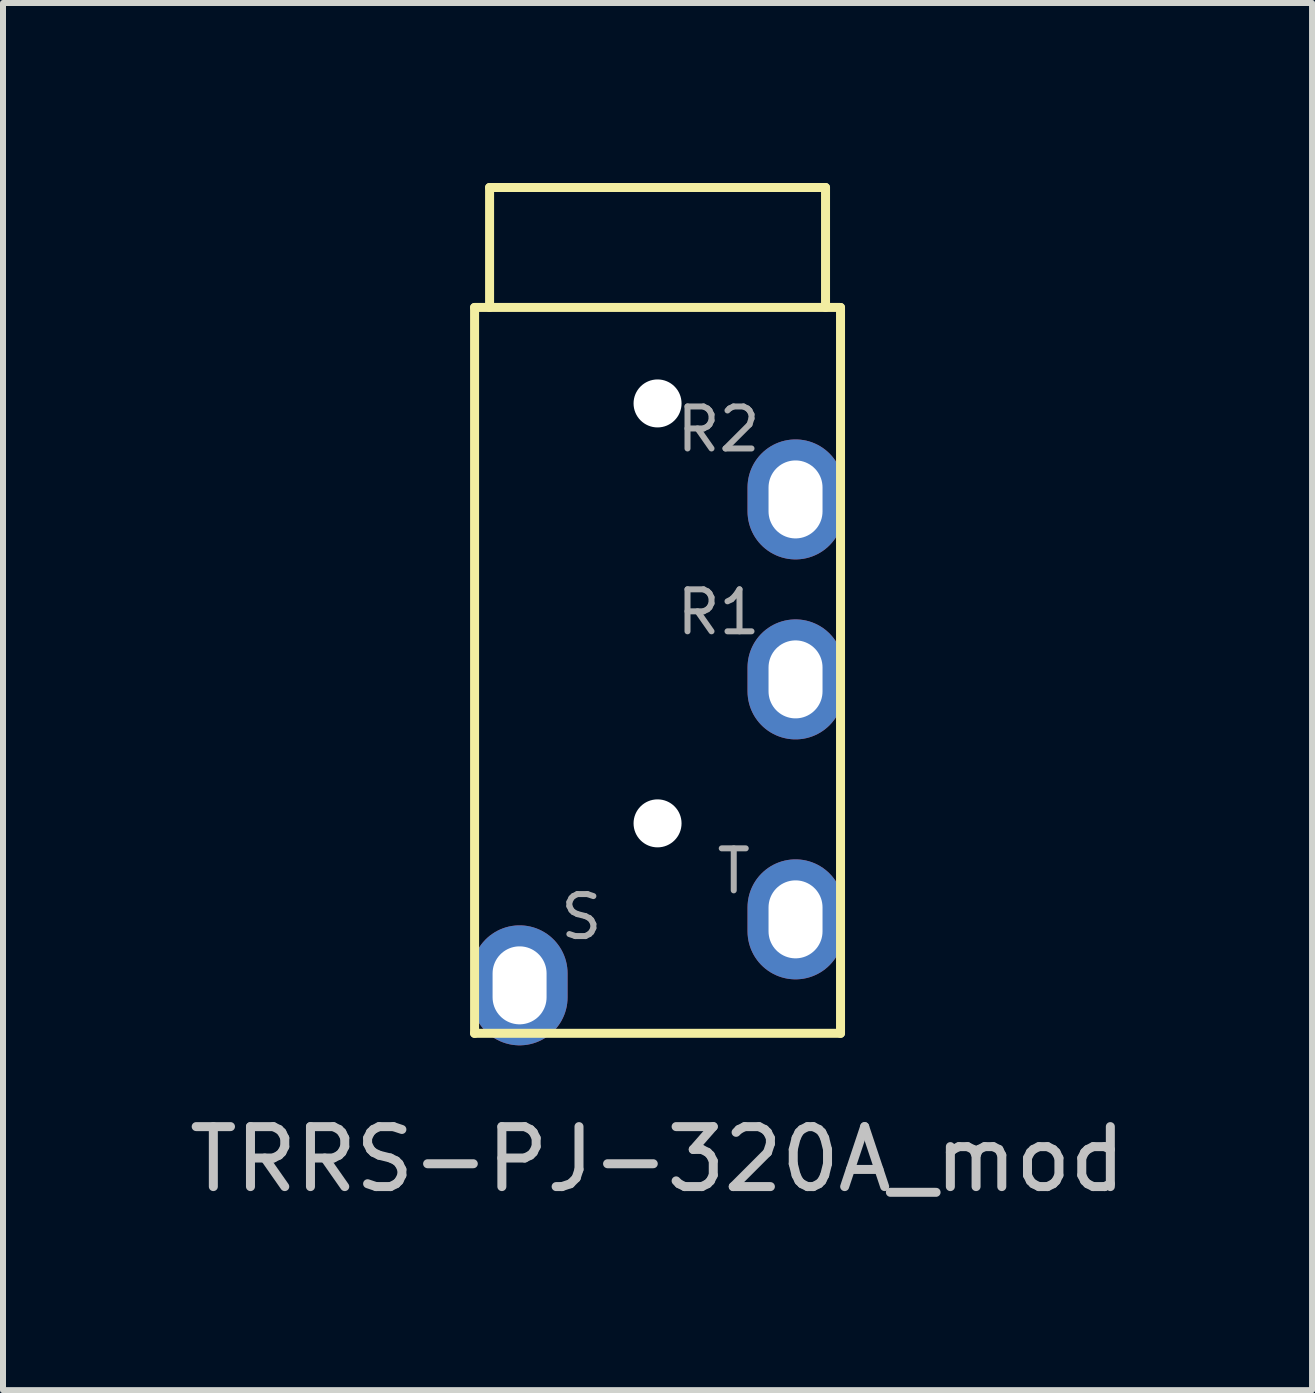
<source format=kicad_pcb>
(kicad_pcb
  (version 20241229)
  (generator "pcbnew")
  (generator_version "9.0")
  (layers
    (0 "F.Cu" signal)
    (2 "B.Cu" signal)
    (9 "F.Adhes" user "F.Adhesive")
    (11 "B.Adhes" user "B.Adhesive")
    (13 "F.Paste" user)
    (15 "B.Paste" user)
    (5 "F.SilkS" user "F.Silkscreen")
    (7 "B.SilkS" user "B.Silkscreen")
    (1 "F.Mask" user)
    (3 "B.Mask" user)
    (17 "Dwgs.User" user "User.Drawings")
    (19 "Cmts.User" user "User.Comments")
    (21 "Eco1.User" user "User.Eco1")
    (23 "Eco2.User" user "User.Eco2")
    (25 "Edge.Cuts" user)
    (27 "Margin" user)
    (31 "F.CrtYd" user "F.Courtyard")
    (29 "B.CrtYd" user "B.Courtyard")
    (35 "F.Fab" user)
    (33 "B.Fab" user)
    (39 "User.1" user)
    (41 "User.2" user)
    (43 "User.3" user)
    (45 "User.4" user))
  (footprint "TRRS-PJ-320A_mod"
    (layer "F.Cu")
    (at 7.911 2.075)
    (property "Reference" "TRRS-PJ-320A_mod" (at 0 14.2 0) (layer "Dwgs.User") (effects (font (size 1 1) (thickness 0.15))))
    (attr through_hole)
    (fp_line (start -3.05 0) (end -3.05 12.1) (stroke (width 0.15) (type solid)) (layer "F.SilkS"))
    (fp_line (start -2.8 0) (end -2.8 -2) (stroke (width 0.15) (type solid)) (layer "F.SilkS"))
    (fp_line (start 2.8 -2) (end -2.8 -2) (stroke (width 0.15) (type solid)) (layer "F.SilkS"))
    (fp_line (start 2.8 0) (end 2.8 -2) (stroke (width 0.15) (type solid)) (layer "F.SilkS"))
    (fp_line (start 3.05 0) (end -3.05 0) (stroke (width 0.15) (type solid)) (layer "F.SilkS"))
    (fp_line (start 3.05 0) (end 3.05 12.1) (stroke (width 0.15) (type solid)) (layer "F.SilkS"))
    (fp_line (start 3.05 12.1) (end -3.05 12.1) (stroke (width 0.15) (type solid)) (layer "F.SilkS"))
    (fp_text user "S" (at -1.27 10.16 0) (layer "F.Fab") (effects (font (size 0.7 0.7) (thickness 0.1))))
    (fp_text user "R1" (at 1.016 5.08 0) (layer "F.Fab") (effects (font (size 0.7 0.7) (thickness 0.1))))
    (fp_text user "T" (at 1.27 9.398 0) (layer "F.Fab") (effects (font (size 0.7 0.7) (thickness 0.1))))
    (fp_text user "R2" (at 1.016 2.032 0) (layer "F.Fab") (effects (font (size 0.7 0.7) (thickness 0.1))))
    (pad "" np_thru_hole circle (at 0 1.6) (size 0.8 0.8) (drill 0.8) (layers "*.Cu" "*.Mask"))
    (pad "" np_thru_hole circle (at 0 8.6) (size 0.8 0.8) (drill 0.8) (layers "*.Cu" "*.Mask"))
    (pad "R1" thru_hole oval (at 2.3 6.2) (size 1.6 2) (drill oval 0.9 1.3) (layers "*.Cu" "*.Mask"))
    (pad "R2" thru_hole oval (at 2.3 3.2) (size 1.6 2) (drill oval 0.9 1.3) (layers "*.Cu" "*.Mask"))
    (pad "S" thru_hole oval (at -2.3 11.3) (size 1.6 2) (drill oval 0.9 1.3) (layers "*.Cu" "*.Mask"))
    (pad "T" thru_hole oval (at 2.3 10.2) (size 1.6 2) (drill oval 0.9 1.3) (layers "*.Cu" "*.Mask")))
  (gr_rect
    (start -3 -3)
    (end 18.821 20.123)
    (stroke (width 0.1) (type default))
    (fill no)
    (layer "Edge.Cuts")))
</source>
